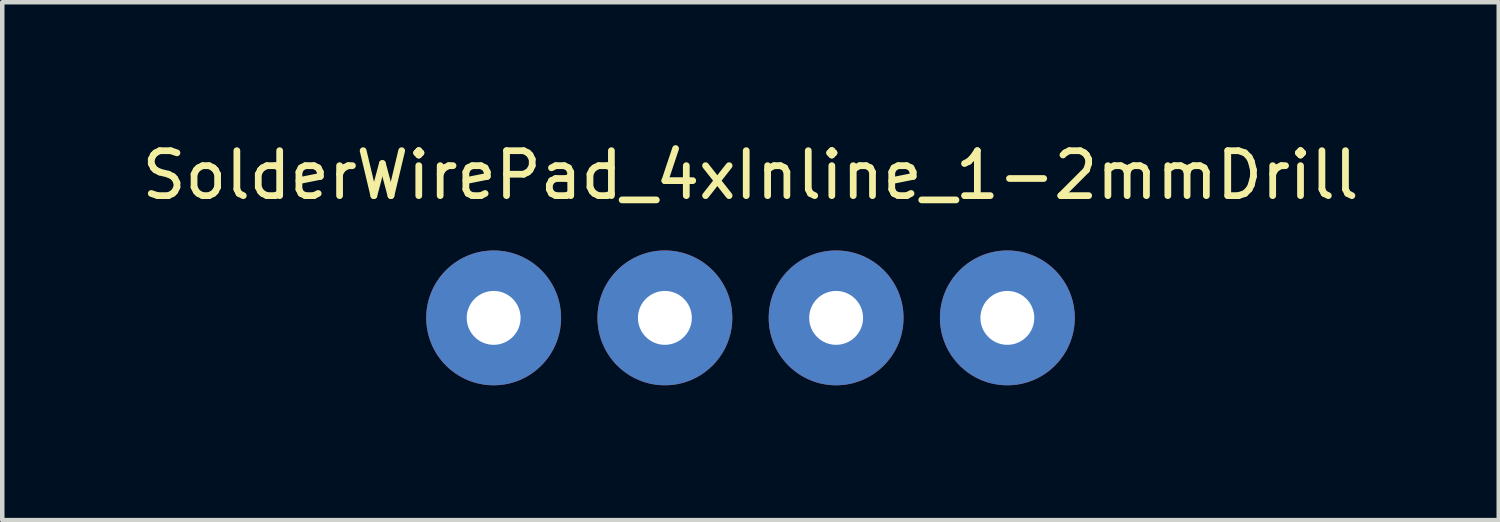
<source format=kicad_pcb>
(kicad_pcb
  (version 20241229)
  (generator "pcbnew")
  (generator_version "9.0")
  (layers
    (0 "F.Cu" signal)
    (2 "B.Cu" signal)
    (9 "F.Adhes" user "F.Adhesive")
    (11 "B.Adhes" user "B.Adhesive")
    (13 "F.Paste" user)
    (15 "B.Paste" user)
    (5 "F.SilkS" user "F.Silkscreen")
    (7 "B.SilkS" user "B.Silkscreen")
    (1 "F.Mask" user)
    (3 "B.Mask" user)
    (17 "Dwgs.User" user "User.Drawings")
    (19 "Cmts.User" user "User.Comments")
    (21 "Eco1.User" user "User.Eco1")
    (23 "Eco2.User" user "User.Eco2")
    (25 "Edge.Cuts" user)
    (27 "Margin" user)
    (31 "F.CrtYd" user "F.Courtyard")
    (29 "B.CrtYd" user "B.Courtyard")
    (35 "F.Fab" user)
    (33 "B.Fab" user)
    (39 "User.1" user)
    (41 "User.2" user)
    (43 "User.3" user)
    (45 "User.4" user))
  (footprint "SolderWirePad_4xInline_1-2mmDrill"
    (layer "F.Cu")
    (at 13.649 4.023)
    (property "Reference" "SolderWirePad_4xInline_1-2mmDrill" (at 0 -3.175 0) (layer "F.SilkS") (effects (font (size 1 1) (thickness 0.15))))
    (attr through_hole)
    (pad "1" thru_hole circle (at -5.715 0) (size 3 3) (drill 1.199) (layers "*.Cu" "*.Mask"))
    (pad "2" thru_hole circle (at -1.905 0) (size 3 3) (drill 1.199) (layers "*.Cu" "*.Mask"))
    (pad "3" thru_hole circle (at 1.905 0) (size 3 3) (drill 1.199) (layers "*.Cu" "*.Mask"))
    (pad "4" thru_hole circle (at 5.715 0) (size 3 3) (drill 1.199) (layers "*.Cu" "*.Mask")))
  (gr_rect
    (start -3 -3)
    (end 30.298 8.523)
    (stroke (width 0.1) (type default))
    (fill no)
    (layer "Edge.Cuts")))
</source>
